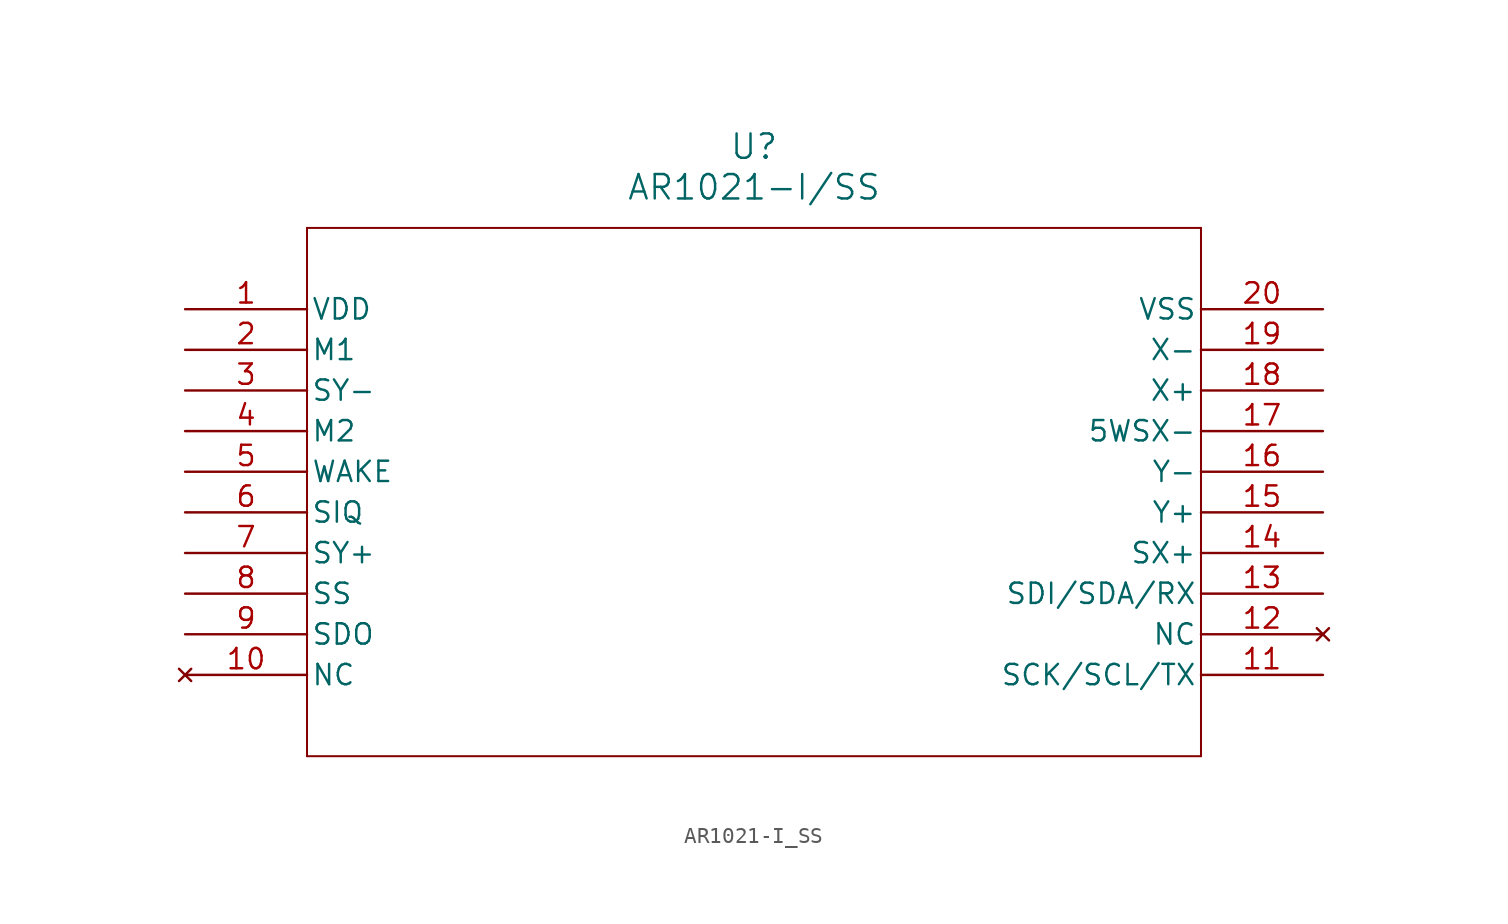
<source format=kicad_sym>
(kicad_symbol_lib
  (version 20220914)
  (generator kicad_symbol_editor)
  (symbol "AR1021-I_SS"
    (pin_names
      (offset 0.254))
    (property "Reference" "U"
      (at 35.56 10.16 0)
      (effects (font (size 1.524 1.524))))
    (property "Value" "AR1021-I/SS"
      (at 35.56 7.62 0)
      (effects (font (size 1.524 1.524))))
    (symbol "AR1021-I_SS_0_1"
      (polyline (pts (xy 7.62 -27.94) (xy 63.5 -27.94)) (stroke (width 0.127) (type default)) (fill (type none)))
      (polyline (pts (xy 7.62 5.08) (xy 7.62 -27.94)) (stroke (width 0.127) (type default)) (fill (type none)))
      (polyline (pts (xy 63.5 -27.94) (xy 63.5 5.08)) (stroke (width 0.127) (type default)) (fill (type none)))
      (polyline (pts (xy 63.5 5.08) (xy 7.62 5.08)) (stroke (width 0.127) (type default)) (fill (type none)))
      (pin power_in line (at 0 0 0) (length 7.62) (name "VDD" (effects (font (size 1.27 1.27)))) (number "1" (effects (font (size 1.27 1.27)))))
      (pin no_connect line (at 0 -22.86 0) (length 7.62) (name "NC" (effects (font (size 1.27 1.27)))) (number "10" (effects (font (size 1.27 1.27)))))
      (pin unspecified line (at 71.12 -22.86 180) (length 7.62) (name "SCK/SCL/TX" (effects (font (size 1.27 1.27)))) (number "11" (effects (font (size 1.27 1.27)))))
      (pin no_connect line (at 71.12 -20.32 180) (length 7.62) (name "NC" (effects (font (size 1.27 1.27)))) (number "12" (effects (font (size 1.27 1.27)))))
      (pin unspecified line (at 71.12 -17.78 180) (length 7.62) (name "SDI/SDA/RX" (effects (font (size 1.27 1.27)))) (number "13" (effects (font (size 1.27 1.27)))))
      (pin unspecified line (at 71.12 -15.24 180) (length 7.62) (name "SX+" (effects (font (size 1.27 1.27)))) (number "14" (effects (font (size 1.27 1.27)))))
      (pin unspecified line (at 71.12 -12.7 180) (length 7.62) (name "Y+" (effects (font (size 1.27 1.27)))) (number "15" (effects (font (size 1.27 1.27)))))
      (pin unspecified line (at 71.12 -10.16 180) (length 7.62) (name "Y-" (effects (font (size 1.27 1.27)))) (number "16" (effects (font (size 1.27 1.27)))))
      (pin unspecified line (at 71.12 -7.62 180) (length 7.62) (name "5WSX-" (effects (font (size 1.27 1.27)))) (number "17" (effects (font (size 1.27 1.27)))))
      (pin unspecified line (at 71.12 -5.08 180) (length 7.62) (name "X+" (effects (font (size 1.27 1.27)))) (number "18" (effects (font (size 1.27 1.27)))))
      (pin unspecified line (at 71.12 -2.54 180) (length 7.62) (name "X-" (effects (font (size 1.27 1.27)))) (number "19" (effects (font (size 1.27 1.27)))))
      (pin unspecified line (at 0 -2.54 0) (length 7.62) (name "M1" (effects (font (size 1.27 1.27)))) (number "2" (effects (font (size 1.27 1.27)))))
      (pin power_in line (at 71.12 0 180) (length 7.62) (name "VSS" (effects (font (size 1.27 1.27)))) (number "20" (effects (font (size 1.27 1.27)))))
      (pin unspecified line (at 0 -5.08 0) (length 7.62) (name "SY-" (effects (font (size 1.27 1.27)))) (number "3" (effects (font (size 1.27 1.27)))))
      (pin unspecified line (at 0 -7.62 0) (length 7.62) (name "M2" (effects (font (size 1.27 1.27)))) (number "4" (effects (font (size 1.27 1.27)))))
      (pin unspecified line (at 0 -10.16 0) (length 7.62) (name "WAKE" (effects (font (size 1.27 1.27)))) (number "5" (effects (font (size 1.27 1.27)))))
      (pin unspecified line (at 0 -12.7 0) (length 7.62) (name "SIQ" (effects (font (size 1.27 1.27)))) (number "6" (effects (font (size 1.27 1.27)))))
      (pin unspecified line (at 0 -15.24 0) (length 7.62) (name "SY+" (effects (font (size 1.27 1.27)))) (number "7" (effects (font (size 1.27 1.27)))))
      (pin unspecified line (at 0 -17.78 0) (length 7.62) (name "SS" (effects (font (size 1.27 1.27)))) (number "8" (effects (font (size 1.27 1.27)))))
      (pin output line (at 0 -20.32 0) (length 7.62) (name "SDO" (effects (font (size 1.27 1.27)))) (number "9" (effects (font (size 1.27 1.27))))))))
</source>
